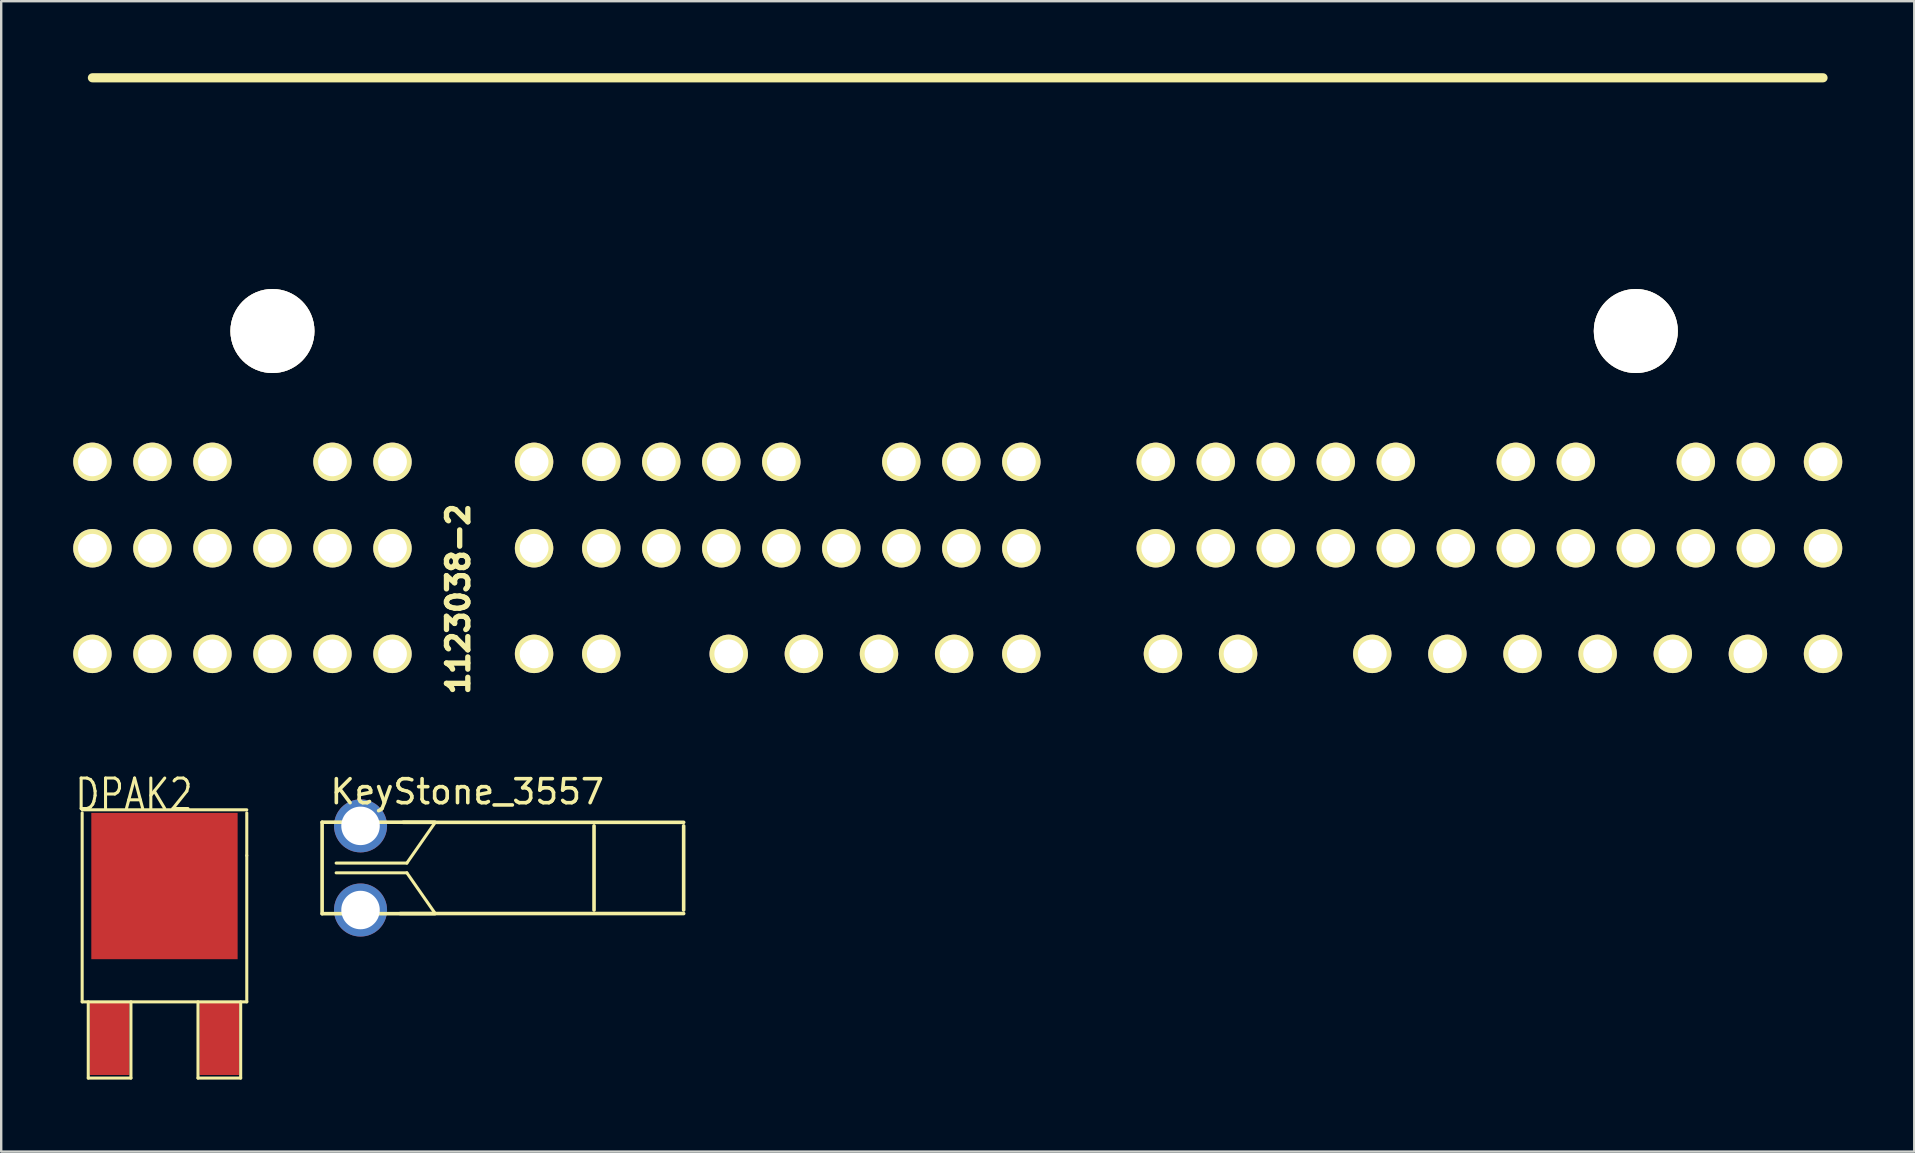
<source format=kicad_pcb>
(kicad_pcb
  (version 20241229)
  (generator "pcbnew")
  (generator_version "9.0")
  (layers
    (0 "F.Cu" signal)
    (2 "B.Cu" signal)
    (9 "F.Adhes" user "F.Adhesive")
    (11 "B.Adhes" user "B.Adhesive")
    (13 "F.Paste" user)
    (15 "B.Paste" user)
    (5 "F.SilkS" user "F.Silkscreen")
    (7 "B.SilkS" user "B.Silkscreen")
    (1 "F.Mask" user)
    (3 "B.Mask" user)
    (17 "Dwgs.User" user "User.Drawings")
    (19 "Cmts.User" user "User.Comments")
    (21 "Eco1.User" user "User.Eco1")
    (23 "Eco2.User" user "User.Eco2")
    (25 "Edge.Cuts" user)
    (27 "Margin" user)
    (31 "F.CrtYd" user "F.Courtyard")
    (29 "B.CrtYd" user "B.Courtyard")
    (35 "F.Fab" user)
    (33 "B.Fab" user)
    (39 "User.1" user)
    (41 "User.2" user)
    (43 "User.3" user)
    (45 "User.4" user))
  (footprint "1123038-2"
    (layer "F.Cu")
    (at 0.8 16.191)
    (property "Reference" "1123038-2" (at 15.24 5.715 90) (layer "F.SilkS") (effects (font (size 0.889 0.889) (thickness 0.224))))
    (attr through_hole)
    (fp_line (start 0 -16) (end 72.1 -16) (stroke (width 0.381) (type solid)) (layer "F.SilkS"))
    (pad "" thru_hole circle (at 7.5 -5.45) (size 3.5 3.5) (drill 3.5) (layers "*.Cu" "*.Mask" "F.SilkS"))
    (pad "" thru_hole circle (at 64.3 -5.45) (size 3.5 3.5) (drill 3.5) (layers "*.Cu" "*.Mask" "F.SilkS"))
    (pad "1" thru_hole circle (at 0 0) (size 1.6 1.6) (drill 1.2) (layers "*.Cu" "*.Mask" "F.SilkS"))
    (pad "2" thru_hole circle (at 2.5 0) (size 1.6 1.6) (drill 1.2) (layers "*.Cu" "*.Mask" "F.SilkS"))
    (pad "3" thru_hole circle (at 5 0) (size 1.6 1.6) (drill 1.2) (layers "*.Cu" "*.Mask" "F.SilkS"))
    (pad "4" thru_hole circle (at 10 0) (size 1.6 1.6) (drill 1.2) (layers "*.Cu" "*.Mask" "F.SilkS"))
    (pad "5" thru_hole circle (at 12.5 0) (size 1.6 1.6) (drill 1.2) (layers "*.Cu" "*.Mask" "F.SilkS"))
    (pad "6" thru_hole circle (at 18.4 0) (size 1.6 1.6) (drill 1.2) (layers "*.Cu" "*.Mask" "F.SilkS"))
    (pad "7" thru_hole circle (at 21.2 0) (size 1.6 1.6) (drill 1.2) (layers "*.Cu" "*.Mask" "F.SilkS"))
    (pad "8" thru_hole circle (at 23.7 0) (size 1.6 1.6) (drill 1.2) (layers "*.Cu" "*.Mask" "F.SilkS"))
    (pad "9" thru_hole circle (at 26.2 0) (size 1.6 1.6) (drill 1.2) (layers "*.Cu" "*.Mask" "F.SilkS"))
    (pad "10" thru_hole circle (at 28.7 0) (size 1.6 1.6) (drill 1.2) (layers "*.Cu" "*.Mask" "F.SilkS"))
    (pad "11" thru_hole circle (at 33.7 0) (size 1.6 1.6) (drill 1.2) (layers "*.Cu" "*.Mask" "F.SilkS"))
    (pad "12" thru_hole circle (at 36.2 0) (size 1.6 1.6) (drill 1.2) (layers "*.Cu" "*.Mask" "F.SilkS"))
    (pad "13" thru_hole circle (at 38.7 0) (size 1.6 1.6) (drill 1.2) (layers "*.Cu" "*.Mask" "F.SilkS"))
    (pad "14" thru_hole circle (at 44.3 0) (size 1.6 1.6) (drill 1.2) (layers "*.Cu" "*.Mask" "F.SilkS"))
    (pad "15" thru_hole circle (at 46.8 0) (size 1.6 1.6) (drill 1.2) (layers "*.Cu" "*.Mask" "F.SilkS"))
    (pad "16" thru_hole circle (at 49.3 0) (size 1.6 1.6) (drill 1.2) (layers "*.Cu" "*.Mask" "F.SilkS"))
    (pad "17" thru_hole circle (at 51.8 0) (size 1.6 1.6) (drill 1.2) (layers "*.Cu" "*.Mask" "F.SilkS"))
    (pad "18" thru_hole circle (at 54.3 0) (size 1.6 1.6) (drill 1.2) (layers "*.Cu" "*.Mask" "F.SilkS"))
    (pad "19" thru_hole circle (at 59.3 0) (size 1.6 1.6) (drill 1.2) (layers "*.Cu" "*.Mask" "F.SilkS"))
    (pad "20" thru_hole circle (at 61.8 0) (size 1.6 1.6) (drill 1.2) (layers "*.Cu" "*.Mask" "F.SilkS"))
    (pad "21" thru_hole circle (at 66.8 0) (size 1.6 1.6) (drill 1.2) (layers "*.Cu" "*.Mask" "F.SilkS"))
    (pad "22" thru_hole circle (at 69.3 0) (size 1.6 1.6) (drill 1.2) (layers "*.Cu" "*.Mask" "F.SilkS"))
    (pad "23" thru_hole circle (at 72.1 0) (size 1.6 1.6) (drill 1.2) (layers "*.Cu" "*.Mask" "F.SilkS"))
    (pad "24" thru_hole circle (at 0 3.6) (size 1.6 1.6) (drill 1.2) (layers "*.Cu" "*.Mask" "F.SilkS"))
    (pad "25" thru_hole circle (at 2.5 3.6) (size 1.6 1.6) (drill 1.2) (layers "*.Cu" "*.Mask" "F.SilkS"))
    (pad "26" thru_hole circle (at 5 3.6) (size 1.6 1.6) (drill 1.2) (layers "*.Cu" "*.Mask" "F.SilkS"))
    (pad "27" thru_hole circle (at 7.5 3.6) (size 1.6 1.6) (drill 1.2) (layers "*.Cu" "*.Mask" "F.SilkS"))
    (pad "28" thru_hole circle (at 10 3.6) (size 1.6 1.6) (drill 1.2) (layers "*.Cu" "*.Mask" "F.SilkS"))
    (pad "29" thru_hole circle (at 12.5 3.6) (size 1.6 1.6) (drill 1.2) (layers "*.Cu" "*.Mask" "F.SilkS"))
    (pad "30" thru_hole circle (at 18.4 3.6) (size 1.6 1.6) (drill 1.2) (layers "*.Cu" "*.Mask" "F.SilkS"))
    (pad "31" thru_hole circle (at 21.2 3.6) (size 1.6 1.6) (drill 1.2) (layers "*.Cu" "*.Mask" "F.SilkS"))
    (pad "32" thru_hole circle (at 23.7 3.6) (size 1.6 1.6) (drill 1.2) (layers "*.Cu" "*.Mask" "F.SilkS"))
    (pad "33" thru_hole circle (at 26.2 3.6) (size 1.6 1.6) (drill 1.2) (layers "*.Cu" "*.Mask" "F.SilkS"))
    (pad "34" thru_hole circle (at 28.7 3.6) (size 1.6 1.6) (drill 1.2) (layers "*.Cu" "*.Mask" "F.SilkS"))
    (pad "35" thru_hole circle (at 31.2 3.6) (size 1.6 1.6) (drill 1.2) (layers "*.Cu" "*.Mask" "F.SilkS"))
    (pad "36" thru_hole circle (at 33.7 3.6) (size 1.6 1.6) (drill 1.2) (layers "*.Cu" "*.Mask" "F.SilkS"))
    (pad "37" thru_hole circle (at 36.2 3.6) (size 1.6 1.6) (drill 1.2) (layers "*.Cu" "*.Mask" "F.SilkS"))
    (pad "38" thru_hole circle (at 38.7 3.6) (size 1.6 1.6) (drill 1.2) (layers "*.Cu" "*.Mask" "F.SilkS"))
    (pad "39" thru_hole circle (at 44.3 3.6) (size 1.6 1.6) (drill 1.2) (layers "*.Cu" "*.Mask" "F.SilkS"))
    (pad "40" thru_hole circle (at 46.8 3.6) (size 1.6 1.6) (drill 1.2) (layers "*.Cu" "*.Mask" "F.SilkS"))
    (pad "41" thru_hole circle (at 49.3 3.6) (size 1.6 1.6) (drill 1.2) (layers "*.Cu" "*.Mask" "F.SilkS"))
    (pad "42" thru_hole circle (at 51.8 3.6) (size 1.6 1.6) (drill 1.2) (layers "*.Cu" "*.Mask" "F.SilkS"))
    (pad "43" thru_hole circle (at 54.3 3.6) (size 1.6 1.6) (drill 1.2) (layers "*.Cu" "*.Mask" "F.SilkS"))
    (pad "44" thru_hole circle (at 56.8 3.6) (size 1.6 1.6) (drill 1.2) (layers "*.Cu" "*.Mask" "F.SilkS"))
    (pad "45" thru_hole circle (at 59.3 3.6) (size 1.6 1.6) (drill 1.2) (layers "*.Cu" "*.Mask" "F.SilkS"))
    (pad "46" thru_hole circle (at 61.8 3.6) (size 1.6 1.6) (drill 1.2) (layers "*.Cu" "*.Mask" "F.SilkS"))
    (pad "47" thru_hole circle (at 64.3 3.6) (size 1.6 1.6) (drill 1.2) (layers "*.Cu" "*.Mask" "F.SilkS"))
    (pad "48" thru_hole circle (at 66.8 3.6) (size 1.6 1.6) (drill 1.2) (layers "*.Cu" "*.Mask" "F.SilkS"))
    (pad "49" thru_hole circle (at 69.3 3.6) (size 1.6 1.6) (drill 1.2) (layers "*.Cu" "*.Mask" "F.SilkS"))
    (pad "50" thru_hole circle (at 72.1 3.6) (size 1.6 1.6) (drill 1.2) (layers "*.Cu" "*.Mask" "F.SilkS"))
    (pad "51" thru_hole circle (at 0 8) (size 1.6 1.6) (drill 1.2) (layers "*.Cu" "*.Mask" "F.SilkS"))
    (pad "52" thru_hole circle (at 2.5 8) (size 1.6 1.6) (drill 1.2) (layers "*.Cu" "*.Mask" "F.SilkS"))
    (pad "53" thru_hole circle (at 5 8) (size 1.6 1.6) (drill 1.2) (layers "*.Cu" "*.Mask" "F.SilkS"))
    (pad "54" thru_hole circle (at 7.5 8) (size 1.6 1.6) (drill 1.2) (layers "*.Cu" "*.Mask" "F.SilkS"))
    (pad "55" thru_hole circle (at 10 8) (size 1.6 1.6) (drill 1.2) (layers "*.Cu" "*.Mask" "F.SilkS"))
    (pad "56" thru_hole circle (at 12.5 8) (size 1.6 1.6) (drill 1.2) (layers "*.Cu" "*.Mask" "F.SilkS"))
    (pad "57" thru_hole circle (at 18.4 8) (size 1.6 1.6) (drill 1.2) (layers "*.Cu" "*.Mask" "F.SilkS"))
    (pad "58" thru_hole circle (at 21.2 8) (size 1.6 1.6) (drill 1.2) (layers "*.Cu" "*.Mask" "F.SilkS"))
    (pad "59" thru_hole circle (at 26.51 8) (size 1.6 1.6) (drill 1.2) (layers "*.Cu" "*.Mask" "F.SilkS"))
    (pad "60" thru_hole circle (at 29.64 8) (size 1.6 1.6) (drill 1.2) (layers "*.Cu" "*.Mask" "F.SilkS"))
    (pad "61" thru_hole circle (at 32.77 8) (size 1.6 1.6) (drill 1.2) (layers "*.Cu" "*.Mask" "F.SilkS"))
    (pad "62" thru_hole circle (at 35.9 8) (size 1.6 1.6) (drill 1.2) (layers "*.Cu" "*.Mask" "F.SilkS"))
    (pad "63" thru_hole circle (at 38.7 8) (size 1.6 1.6) (drill 1.2) (layers "*.Cu" "*.Mask" "F.SilkS"))
    (pad "64" thru_hole circle (at 44.6 8) (size 1.6 1.6) (drill 1.2) (layers "*.Cu" "*.Mask" "F.SilkS"))
    (pad "65" thru_hole circle (at 47.73 8) (size 1.6 1.6) (drill 1.2) (layers "*.Cu" "*.Mask" "F.SilkS"))
    (pad "66" thru_hole circle (at 53.32 8) (size 1.6 1.6) (drill 1.2) (layers "*.Cu" "*.Mask" "F.SilkS"))
    (pad "67" thru_hole circle (at 56.45 8) (size 1.6 1.6) (drill 1.2) (layers "*.Cu" "*.Mask" "F.SilkS"))
    (pad "68" thru_hole circle (at 59.58 8) (size 1.6 1.6) (drill 1.2) (layers "*.Cu" "*.Mask" "F.SilkS"))
    (pad "69" thru_hole circle (at 62.71 8) (size 1.6 1.6) (drill 1.2) (layers "*.Cu" "*.Mask" "F.SilkS"))
    (pad "70" thru_hole circle (at 65.84 8) (size 1.6 1.6) (drill 1.2) (layers "*.Cu" "*.Mask" "F.SilkS"))
    (pad "71" thru_hole circle (at 68.97 8) (size 1.6 1.6) (drill 1.2) (layers "*.Cu" "*.Mask" "F.SilkS"))
    (pad "72" thru_hole circle (at 72.1 8) (size 1.6 1.6) (drill 1.2) (layers "*.Cu" "*.Mask" "F.SilkS")))
  (footprint "KeyStone_3557"
    (layer "F.Cu")
    (at 11.97 33.11)
    (property "Reference" "KeyStone_3557" (at 4.445 -3.175 0) (layer "F.SilkS") (effects (font (size 1 1) (thickness 0.15))))
    (attr through_hole)
    (fp_line (start -1.6 -1.905) (end -1.6 1.905) (stroke (width 0.15) (type solid)) (layer "F.SilkS"))
    (fp_line (start 1.778 -1.9) (end 13.462 -1.9) (stroke (width 0.15) (type solid)) (layer "F.SilkS"))
    (fp_line (start 1.93 -0.203) (end -1.016 -0.203) (stroke (width 0.127) (type solid)) (layer "F.SilkS"))
    (fp_line (start 1.93 0.203) (end -1.016 0.203) (stroke (width 0.127) (type solid)) (layer "F.SilkS"))
    (fp_line (start 3.099 -1.905) (end -1.6 -1.905) (stroke (width 0.15) (type solid)) (layer "F.SilkS"))
    (fp_line (start 3.099 -1.88) (end 1.93 -0.203) (stroke (width 0.127) (type solid)) (layer "F.SilkS"))
    (fp_line (start 3.099 1.88) (end 1.93 0.203) (stroke (width 0.127) (type solid)) (layer "F.SilkS"))
    (fp_line (start 3.099 1.905) (end -1.6 1.905) (stroke (width 0.15) (type solid)) (layer "F.SilkS"))
    (fp_line (start 9.728 1.753) (end 9.728 -1.753) (stroke (width 0.15) (type solid)) (layer "F.SilkS"))
    (fp_line (start 13.462 1.753) (end 13.462 -1.753) (stroke (width 0.15) (type solid)) (layer "F.SilkS"))
    (fp_line (start 13.462 1.9) (end 1.651 1.9) (stroke (width 0.15) (type solid)) (layer "F.SilkS"))
    (pad "1" thru_hole circle (at 0 -1.753) (size 2.21 2.21) (drill 1.603) (layers "*.Cu" "*.Mask"))
    (pad "1" thru_hole circle (at 0 1.753) (size 2.21 2.21) (drill 1.603) (layers "*.Cu" "*.Mask")))
  (footprint "DPAK2"
    (layer "F.Cu")
    (at 3.802 40.213)
    (property "Reference" "DPAK2" (at -1.27 -10.16 0) (layer "F.SilkS") (effects (font (size 1.27 1.016) (thickness 0.127))))
    (attr smd)
    (fp_line (start -3.429 -9.525) (end 3.429 -9.525) (stroke (width 0.127) (type solid)) (layer "F.SilkS"))
    (fp_line (start -3.429 -1.524) (end -3.429 -9.398) (stroke (width 0.127) (type solid)) (layer "F.SilkS"))
    (fp_line (start -3.175 -1.524) (end -3.175 1.651) (stroke (width 0.127) (type solid)) (layer "F.SilkS"))
    (fp_line (start -3.175 1.651) (end -1.397 1.651) (stroke (width 0.127) (type solid)) (layer "F.SilkS"))
    (fp_line (start -1.397 1.651) (end -1.397 -1.524) (stroke (width 0.127) (type solid)) (layer "F.SilkS"))
    (fp_line (start 1.397 -1.524) (end 1.397 1.651) (stroke (width 0.127) (type solid)) (layer "F.SilkS"))
    (fp_line (start 1.397 1.651) (end 3.175 1.651) (stroke (width 0.127) (type solid)) (layer "F.SilkS"))
    (fp_line (start 3.175 1.651) (end 3.175 -1.524) (stroke (width 0.127) (type solid)) (layer "F.SilkS"))
    (fp_line (start 3.429 -9.398) (end 3.429 -7.62) (stroke (width 0.127) (type solid)) (layer "F.SilkS"))
    (fp_line (start 3.429 -7.62) (end 3.429 -1.524) (stroke (width 0.127) (type solid)) (layer "F.SilkS"))
    (fp_line (start 3.429 -1.524) (end -3.429 -1.524) (stroke (width 0.127) (type solid)) (layer "F.SilkS"))
    (pad "1" smd rect (at -2.286 0) (size 1.651 3.048) (layers "F.Cu" "F.Mask" "F.Paste"))
    (pad "2" smd rect (at 0 -6.35) (size 6.096 6.096) (layers "F.Cu" "F.Mask" "F.Paste"))
    (pad "3" smd rect (at 2.286 0) (size 1.651 3.048) (layers "F.Cu" "F.Mask" "F.Paste")))
  (gr_rect
    (start -3 -3)
    (end 76.7 44.927)
    (stroke (width 0.1) (type default))
    (fill no)
    (layer "Edge.Cuts")))
</source>
